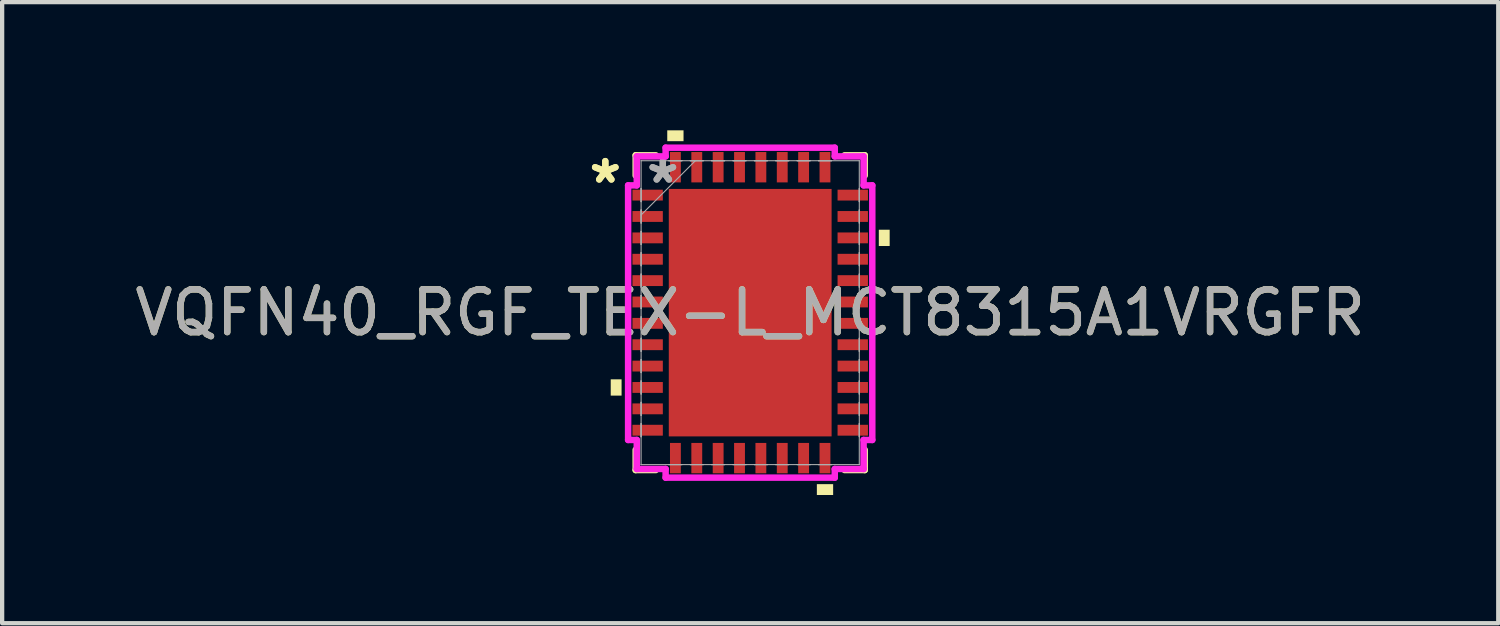
<source format=kicad_pcb>
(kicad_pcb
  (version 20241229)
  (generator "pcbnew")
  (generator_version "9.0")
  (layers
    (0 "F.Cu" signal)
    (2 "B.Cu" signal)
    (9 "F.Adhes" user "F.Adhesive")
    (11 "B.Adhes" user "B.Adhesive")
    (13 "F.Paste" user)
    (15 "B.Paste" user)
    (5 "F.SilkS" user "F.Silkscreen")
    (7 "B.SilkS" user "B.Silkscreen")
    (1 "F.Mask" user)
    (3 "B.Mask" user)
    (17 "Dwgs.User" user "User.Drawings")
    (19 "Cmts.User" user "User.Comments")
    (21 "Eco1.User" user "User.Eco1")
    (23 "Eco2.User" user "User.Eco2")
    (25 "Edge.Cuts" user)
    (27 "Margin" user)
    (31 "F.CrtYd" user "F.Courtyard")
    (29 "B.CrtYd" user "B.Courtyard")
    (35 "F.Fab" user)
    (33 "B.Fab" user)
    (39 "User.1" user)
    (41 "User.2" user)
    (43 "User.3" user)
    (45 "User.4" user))
  (footprint "VQFN40_RGF_TEX-L_MCT8315A1VRGFR"
    (layer "F.Cu")
    (at 14.506 4.267)
    (property "Reference" "VQFN40_RGF_TEX-L_MCT8315A1VRGFR" (at 0 0 0) (unlocked yes) (layer "F.SilkS") (effects (font (size 1 1) (thickness 0.15))))
    (attr smd)
    (fp_line (start -2.68 -3.683) (end -2.68 -3.21) (stroke (width 0.152) (type solid)) (layer "F.SilkS"))
    (fp_line (start -2.68 3.21) (end -2.68 3.683) (stroke (width 0.152) (type solid)) (layer "F.SilkS"))
    (fp_line (start -2.68 3.683) (end -2.21 3.683) (stroke (width 0.152) (type solid)) (layer "F.SilkS"))
    (fp_line (start -2.21 -3.683) (end -2.68 -3.683) (stroke (width 0.152) (type solid)) (layer "F.SilkS"))
    (fp_line (start 2.21 3.683) (end 2.68 3.683) (stroke (width 0.152) (type solid)) (layer "F.SilkS"))
    (fp_line (start 2.68 -3.683) (end 2.21 -3.683) (stroke (width 0.152) (type solid)) (layer "F.SilkS"))
    (fp_line (start 2.68 -3.21) (end 2.68 -3.683) (stroke (width 0.152) (type solid)) (layer "F.SilkS"))
    (fp_line (start 2.68 3.683) (end 2.68 3.21) (stroke (width 0.152) (type solid)) (layer "F.SilkS"))
    (fp_poly (pts (xy -3.264 1.56) (xy -3.264 1.941) (xy -3.01 1.941) (xy -3.01 1.56)) (stroke (width 0) (type solid)) (fill yes) (layer "F.SilkS"))
    (fp_poly (pts (xy -1.941 -4.013) (xy -1.941 -4.267) (xy -1.56 -4.267) (xy -1.56 -4.013)) (stroke (width 0) (type solid)) (fill yes) (layer "F.SilkS"))
    (fp_poly (pts (xy 1.56 4.013) (xy 1.56 4.267) (xy 1.941 4.267) (xy 1.941 4.013)) (stroke (width 0) (type solid)) (fill yes) (layer "F.SilkS"))
    (fp_poly (pts (xy 3.264 -1.941) (xy 3.264 -1.56) (xy 3.01 -1.56) (xy 3.01 -1.941)) (stroke (width 0) (type solid)) (fill yes) (layer "F.SilkS"))
    (fp_poly (pts (xy -1.805 -2.796) (xy -1.805 -1.548) (xy -0.735 -1.548) (xy -0.735 -2.796)) (stroke (width 0) (type solid)) (fill yes) (layer "F.Paste"))
    (fp_poly (pts (xy -1.805 -1.348) (xy -1.805 -0.1) (xy -0.735 -0.1) (xy -0.735 -1.348)) (stroke (width 0) (type solid)) (fill yes) (layer "F.Paste"))
    (fp_poly (pts (xy -1.805 0.1) (xy -1.805 1.348) (xy -0.735 1.348) (xy -0.735 0.1)) (stroke (width 0) (type solid)) (fill yes) (layer "F.Paste"))
    (fp_poly (pts (xy -1.805 1.548) (xy -1.805 2.796) (xy -0.735 2.796) (xy -0.735 1.548)) (stroke (width 0) (type solid)) (fill yes) (layer "F.Paste"))
    (fp_poly (pts (xy -0.535 -2.796) (xy -0.535 -1.548) (xy 0.535 -1.548) (xy 0.535 -2.796)) (stroke (width 0) (type solid)) (fill yes) (layer "F.Paste"))
    (fp_poly (pts (xy -0.535 -1.348) (xy -0.535 -0.1) (xy 0.535 -0.1) (xy 0.535 -1.348)) (stroke (width 0) (type solid)) (fill yes) (layer "F.Paste"))
    (fp_poly (pts (xy -0.535 0.1) (xy -0.535 1.348) (xy 0.535 1.348) (xy 0.535 0.1)) (stroke (width 0) (type solid)) (fill yes) (layer "F.Paste"))
    (fp_poly (pts (xy -0.535 1.548) (xy -0.535 2.796) (xy 0.535 2.796) (xy 0.535 1.548)) (stroke (width 0) (type solid)) (fill yes) (layer "F.Paste"))
    (fp_poly (pts (xy 0.735 -2.796) (xy 0.735 -1.548) (xy 1.805 -1.548) (xy 1.805 -2.796)) (stroke (width 0) (type solid)) (fill yes) (layer "F.Paste"))
    (fp_poly (pts (xy 0.735 -1.348) (xy 0.735 -0.1) (xy 1.805 -0.1) (xy 1.805 -1.348)) (stroke (width 0) (type solid)) (fill yes) (layer "F.Paste"))
    (fp_poly (pts (xy 0.735 0.1) (xy 0.735 1.348) (xy 1.805 1.348) (xy 1.805 0.1)) (stroke (width 0) (type solid)) (fill yes) (layer "F.Paste"))
    (fp_poly (pts (xy 0.735 1.548) (xy 0.735 2.796) (xy 1.805 2.796) (xy 1.805 1.548)) (stroke (width 0) (type solid)) (fill yes) (layer "F.Paste"))
    (fp_line (start -2.857 -2.979) (end -2.654 -2.979) (stroke (width 0.152) (type solid)) (layer "F.CrtYd"))
    (fp_line (start -2.857 2.979) (end -2.857 -2.979) (stroke (width 0.152) (type solid)) (layer "F.CrtYd"))
    (fp_line (start -2.654 -3.658) (end -1.979 -3.658) (stroke (width 0.152) (type solid)) (layer "F.CrtYd"))
    (fp_line (start -2.654 -2.979) (end -2.654 -3.658) (stroke (width 0.152) (type solid)) (layer "F.CrtYd"))
    (fp_line (start -2.654 2.979) (end -2.857 2.979) (stroke (width 0.152) (type solid)) (layer "F.CrtYd"))
    (fp_line (start -2.654 3.658) (end -2.654 2.979) (stroke (width 0.152) (type solid)) (layer "F.CrtYd"))
    (fp_line (start -1.979 -3.861) (end 1.979 -3.861) (stroke (width 0.152) (type solid)) (layer "F.CrtYd"))
    (fp_line (start -1.979 -3.658) (end -1.979 -3.861) (stroke (width 0.152) (type solid)) (layer "F.CrtYd"))
    (fp_line (start -1.979 3.658) (end -2.654 3.658) (stroke (width 0.152) (type solid)) (layer "F.CrtYd"))
    (fp_line (start -1.979 3.861) (end -1.979 3.658) (stroke (width 0.152) (type solid)) (layer "F.CrtYd"))
    (fp_line (start 1.979 -3.861) (end 1.979 -3.658) (stroke (width 0.152) (type solid)) (layer "F.CrtYd"))
    (fp_line (start 1.979 -3.658) (end 2.654 -3.658) (stroke (width 0.152) (type solid)) (layer "F.CrtYd"))
    (fp_line (start 1.979 3.658) (end 1.979 3.861) (stroke (width 0.152) (type solid)) (layer "F.CrtYd"))
    (fp_line (start 1.979 3.861) (end -1.979 3.861) (stroke (width 0.152) (type solid)) (layer "F.CrtYd"))
    (fp_line (start 2.654 -3.658) (end 2.654 -2.979) (stroke (width 0.152) (type solid)) (layer "F.CrtYd"))
    (fp_line (start 2.654 -2.979) (end 2.857 -2.979) (stroke (width 0.152) (type solid)) (layer "F.CrtYd"))
    (fp_line (start 2.654 2.979) (end 2.654 3.658) (stroke (width 0.152) (type solid)) (layer "F.CrtYd"))
    (fp_line (start 2.654 3.658) (end 1.979 3.658) (stroke (width 0.152) (type solid)) (layer "F.CrtYd"))
    (fp_line (start 2.857 -2.979) (end 2.857 2.979) (stroke (width 0.152) (type solid)) (layer "F.CrtYd"))
    (fp_line (start 2.857 2.979) (end 2.654 2.979) (stroke (width 0.152) (type solid)) (layer "F.CrtYd"))
    (fp_line (start -2.553 -3.556) (end -2.553 -3.556) (stroke (width 0.025) (type solid)) (layer "F.Fab"))
    (fp_line (start -2.553 -3.556) (end -2.553 3.556) (stroke (width 0.025) (type solid)) (layer "F.Fab"))
    (fp_line (start -2.553 -2.903) (end -2.553 -2.903) (stroke (width 0.025) (type solid)) (layer "F.Fab"))
    (fp_line (start -2.553 -2.903) (end -2.553 -2.598) (stroke (width 0.025) (type solid)) (layer "F.Fab"))
    (fp_line (start -2.553 -2.598) (end -2.553 -2.903) (stroke (width 0.025) (type solid)) (layer "F.Fab"))
    (fp_line (start -2.553 -2.598) (end -2.553 -2.598) (stroke (width 0.025) (type solid)) (layer "F.Fab"))
    (fp_line (start -2.553 -2.403) (end -2.553 -2.403) (stroke (width 0.025) (type solid)) (layer "F.Fab"))
    (fp_line (start -2.553 -2.403) (end -2.553 -2.098) (stroke (width 0.025) (type solid)) (layer "F.Fab"))
    (fp_line (start -2.553 -2.286) (end -1.283 -3.556) (stroke (width 0.025) (type solid)) (layer "F.Fab"))
    (fp_line (start -2.553 -2.098) (end -2.553 -2.403) (stroke (width 0.025) (type solid)) (layer "F.Fab"))
    (fp_line (start -2.553 -2.098) (end -2.553 -2.098) (stroke (width 0.025) (type solid)) (layer "F.Fab"))
    (fp_line (start -2.553 -1.903) (end -2.553 -1.903) (stroke (width 0.025) (type solid)) (layer "F.Fab"))
    (fp_line (start -2.553 -1.903) (end -2.553 -1.598) (stroke (width 0.025) (type solid)) (layer "F.Fab"))
    (fp_line (start -2.553 -1.598) (end -2.553 -1.903) (stroke (width 0.025) (type solid)) (layer "F.Fab"))
    (fp_line (start -2.553 -1.598) (end -2.553 -1.598) (stroke (width 0.025) (type solid)) (layer "F.Fab"))
    (fp_line (start -2.553 -1.403) (end -2.553 -1.403) (stroke (width 0.025) (type solid)) (layer "F.Fab"))
    (fp_line (start -2.553 -1.403) (end -2.553 -1.098) (stroke (width 0.025) (type solid)) (layer "F.Fab"))
    (fp_line (start -2.553 -1.098) (end -2.553 -1.403) (stroke (width 0.025) (type solid)) (layer "F.Fab"))
    (fp_line (start -2.553 -1.098) (end -2.553 -1.098) (stroke (width 0.025) (type solid)) (layer "F.Fab"))
    (fp_line (start -2.553 -0.903) (end -2.553 -0.903) (stroke (width 0.025) (type solid)) (layer "F.Fab"))
    (fp_line (start -2.553 -0.903) (end -2.553 -0.598) (stroke (width 0.025) (type solid)) (layer "F.Fab"))
    (fp_line (start -2.553 -0.598) (end -2.553 -0.903) (stroke (width 0.025) (type solid)) (layer "F.Fab"))
    (fp_line (start -2.553 -0.598) (end -2.553 -0.598) (stroke (width 0.025) (type solid)) (layer "F.Fab"))
    (fp_line (start -2.553 -0.402) (end -2.553 -0.402) (stroke (width 0.025) (type solid)) (layer "F.Fab"))
    (fp_line (start -2.553 -0.402) (end -2.553 -0.098) (stroke (width 0.025) (type solid)) (layer "F.Fab"))
    (fp_line (start -2.553 -0.098) (end -2.553 -0.402) (stroke (width 0.025) (type solid)) (layer "F.Fab"))
    (fp_line (start -2.553 -0.098) (end -2.553 -0.098) (stroke (width 0.025) (type solid)) (layer "F.Fab"))
    (fp_line (start -2.553 0.098) (end -2.553 0.098) (stroke (width 0.025) (type solid)) (layer "F.Fab"))
    (fp_line (start -2.553 0.098) (end -2.553 0.402) (stroke (width 0.025) (type solid)) (layer "F.Fab"))
    (fp_line (start -2.553 0.402) (end -2.553 0.098) (stroke (width 0.025) (type solid)) (layer "F.Fab"))
    (fp_line (start -2.553 0.402) (end -2.553 0.402) (stroke (width 0.025) (type solid)) (layer "F.Fab"))
    (fp_line (start -2.553 0.598) (end -2.553 0.598) (stroke (width 0.025) (type solid)) (layer "F.Fab"))
    (fp_line (start -2.553 0.598) (end -2.553 0.903) (stroke (width 0.025) (type solid)) (layer "F.Fab"))
    (fp_line (start -2.553 0.903) (end -2.553 0.598) (stroke (width 0.025) (type solid)) (layer "F.Fab"))
    (fp_line (start -2.553 0.903) (end -2.553 0.903) (stroke (width 0.025) (type solid)) (layer "F.Fab"))
    (fp_line (start -2.553 1.098) (end -2.553 1.098) (stroke (width 0.025) (type solid)) (layer "F.Fab"))
    (fp_line (start -2.553 1.098) (end -2.553 1.403) (stroke (width 0.025) (type solid)) (layer "F.Fab"))
    (fp_line (start -2.553 1.403) (end -2.553 1.098) (stroke (width 0.025) (type solid)) (layer "F.Fab"))
    (fp_line (start -2.553 1.403) (end -2.553 1.403) (stroke (width 0.025) (type solid)) (layer "F.Fab"))
    (fp_line (start -2.553 1.598) (end -2.553 1.598) (stroke (width 0.025) (type solid)) (layer "F.Fab"))
    (fp_line (start -2.553 1.598) (end -2.553 1.903) (stroke (width 0.025) (type solid)) (layer "F.Fab"))
    (fp_line (start -2.553 1.903) (end -2.553 1.598) (stroke (width 0.025) (type solid)) (layer "F.Fab"))
    (fp_line (start -2.553 1.903) (end -2.553 1.903) (stroke (width 0.025) (type solid)) (layer "F.Fab"))
    (fp_line (start -2.553 2.098) (end -2.553 2.098) (stroke (width 0.025) (type solid)) (layer "F.Fab"))
    (fp_line (start -2.553 2.098) (end -2.553 2.403) (stroke (width 0.025) (type solid)) (layer "F.Fab"))
    (fp_line (start -2.553 2.403) (end -2.553 2.098) (stroke (width 0.025) (type solid)) (layer "F.Fab"))
    (fp_line (start -2.553 2.403) (end -2.553 2.403) (stroke (width 0.025) (type solid)) (layer "F.Fab"))
    (fp_line (start -2.553 2.598) (end -2.553 2.598) (stroke (width 0.025) (type solid)) (layer "F.Fab"))
    (fp_line (start -2.553 2.598) (end -2.553 2.903) (stroke (width 0.025) (type solid)) (layer "F.Fab"))
    (fp_line (start -2.553 2.903) (end -2.553 2.598) (stroke (width 0.025) (type solid)) (layer "F.Fab"))
    (fp_line (start -2.553 2.903) (end -2.553 2.903) (stroke (width 0.025) (type solid)) (layer "F.Fab"))
    (fp_line (start -2.553 3.556) (end -2.553 3.556) (stroke (width 0.025) (type solid)) (layer "F.Fab"))
    (fp_line (start -2.553 3.556) (end 2.553 3.556) (stroke (width 0.025) (type solid)) (layer "F.Fab"))
    (fp_line (start -1.903 -3.556) (end -1.903 -3.556) (stroke (width 0.025) (type solid)) (layer "F.Fab"))
    (fp_line (start -1.903 -3.556) (end -1.598 -3.556) (stroke (width 0.025) (type solid)) (layer "F.Fab"))
    (fp_line (start -1.903 3.556) (end -1.903 3.556) (stroke (width 0.025) (type solid)) (layer "F.Fab"))
    (fp_line (start -1.903 3.556) (end -1.598 3.556) (stroke (width 0.025) (type solid)) (layer "F.Fab"))
    (fp_line (start -1.598 -3.556) (end -1.903 -3.556) (stroke (width 0.025) (type solid)) (layer "F.Fab"))
    (fp_line (start -1.598 -3.556) (end -1.598 -3.556) (stroke (width 0.025) (type solid)) (layer "F.Fab"))
    (fp_line (start -1.598 3.556) (end -1.903 3.556) (stroke (width 0.025) (type solid)) (layer "F.Fab"))
    (fp_line (start -1.598 3.556) (end -1.598 3.556) (stroke (width 0.025) (type solid)) (layer "F.Fab"))
    (fp_line (start -1.403 -3.556) (end -1.403 -3.556) (stroke (width 0.025) (type solid)) (layer "F.Fab"))
    (fp_line (start -1.403 -3.556) (end -1.098 -3.556) (stroke (width 0.025) (type solid)) (layer "F.Fab"))
    (fp_line (start -1.403 3.556) (end -1.403 3.556) (stroke (width 0.025) (type solid)) (layer "F.Fab"))
    (fp_line (start -1.403 3.556) (end -1.098 3.556) (stroke (width 0.025) (type solid)) (layer "F.Fab"))
    (fp_line (start -1.098 -3.556) (end -1.403 -3.556) (stroke (width 0.025) (type solid)) (layer "F.Fab"))
    (fp_line (start -1.098 -3.556) (end -1.098 -3.556) (stroke (width 0.025) (type solid)) (layer "F.Fab"))
    (fp_line (start -1.098 3.556) (end -1.403 3.556) (stroke (width 0.025) (type solid)) (layer "F.Fab"))
    (fp_line (start -1.098 3.556) (end -1.098 3.556) (stroke (width 0.025) (type solid)) (layer "F.Fab"))
    (fp_line (start -0.903 -3.556) (end -0.903 -3.556) (stroke (width 0.025) (type solid)) (layer "F.Fab"))
    (fp_line (start -0.903 -3.556) (end -0.598 -3.556) (stroke (width 0.025) (type solid)) (layer "F.Fab"))
    (fp_line (start -0.903 3.556) (end -0.903 3.556) (stroke (width 0.025) (type solid)) (layer "F.Fab"))
    (fp_line (start -0.903 3.556) (end -0.598 3.556) (stroke (width 0.025) (type solid)) (layer "F.Fab"))
    (fp_line (start -0.598 -3.556) (end -0.903 -3.556) (stroke (width 0.025) (type solid)) (layer "F.Fab"))
    (fp_line (start -0.598 -3.556) (end -0.598 -3.556) (stroke (width 0.025) (type solid)) (layer "F.Fab"))
    (fp_line (start -0.598 3.556) (end -0.903 3.556) (stroke (width 0.025) (type solid)) (layer "F.Fab"))
    (fp_line (start -0.598 3.556) (end -0.598 3.556) (stroke (width 0.025) (type solid)) (layer "F.Fab"))
    (fp_line (start -0.402 -3.556) (end -0.402 -3.556) (stroke (width 0.025) (type solid)) (layer "F.Fab"))
    (fp_line (start -0.402 -3.556) (end -0.098 -3.556) (stroke (width 0.025) (type solid)) (layer "F.Fab"))
    (fp_line (start -0.402 3.556) (end -0.402 3.556) (stroke (width 0.025) (type solid)) (layer "F.Fab"))
    (fp_line (start -0.402 3.556) (end -0.098 3.556) (stroke (width 0.025) (type solid)) (layer "F.Fab"))
    (fp_line (start -0.098 -3.556) (end -0.402 -3.556) (stroke (width 0.025) (type solid)) (layer "F.Fab"))
    (fp_line (start -0.098 -3.556) (end -0.098 -3.556) (stroke (width 0.025) (type solid)) (layer "F.Fab"))
    (fp_line (start -0.098 3.556) (end -0.402 3.556) (stroke (width 0.025) (type solid)) (layer "F.Fab"))
    (fp_line (start -0.098 3.556) (end -0.098 3.556) (stroke (width 0.025) (type solid)) (layer "F.Fab"))
    (fp_line (start 0.098 -3.556) (end 0.098 -3.556) (stroke (width 0.025) (type solid)) (layer "F.Fab"))
    (fp_line (start 0.098 -3.556) (end 0.402 -3.556) (stroke (width 0.025) (type solid)) (layer "F.Fab"))
    (fp_line (start 0.098 3.556) (end 0.098 3.556) (stroke (width 0.025) (type solid)) (layer "F.Fab"))
    (fp_line (start 0.098 3.556) (end 0.402 3.556) (stroke (width 0.025) (type solid)) (layer "F.Fab"))
    (fp_line (start 0.402 -3.556) (end 0.098 -3.556) (stroke (width 0.025) (type solid)) (layer "F.Fab"))
    (fp_line (start 0.402 -3.556) (end 0.402 -3.556) (stroke (width 0.025) (type solid)) (layer "F.Fab"))
    (fp_line (start 0.402 3.556) (end 0.098 3.556) (stroke (width 0.025) (type solid)) (layer "F.Fab"))
    (fp_line (start 0.402 3.556) (end 0.402 3.556) (stroke (width 0.025) (type solid)) (layer "F.Fab"))
    (fp_line (start 0.598 -3.556) (end 0.598 -3.556) (stroke (width 0.025) (type solid)) (layer "F.Fab"))
    (fp_line (start 0.598 -3.556) (end 0.903 -3.556) (stroke (width 0.025) (type solid)) (layer "F.Fab"))
    (fp_line (start 0.598 3.556) (end 0.598 3.556) (stroke (width 0.025) (type solid)) (layer "F.Fab"))
    (fp_line (start 0.598 3.556) (end 0.903 3.556) (stroke (width 0.025) (type solid)) (layer "F.Fab"))
    (fp_line (start 0.903 -3.556) (end 0.598 -3.556) (stroke (width 0.025) (type solid)) (layer "F.Fab"))
    (fp_line (start 0.903 -3.556) (end 0.903 -3.556) (stroke (width 0.025) (type solid)) (layer "F.Fab"))
    (fp_line (start 0.903 3.556) (end 0.598 3.556) (stroke (width 0.025) (type solid)) (layer "F.Fab"))
    (fp_line (start 0.903 3.556) (end 0.903 3.556) (stroke (width 0.025) (type solid)) (layer "F.Fab"))
    (fp_line (start 1.098 -3.556) (end 1.098 -3.556) (stroke (width 0.025) (type solid)) (layer "F.Fab"))
    (fp_line (start 1.098 -3.556) (end 1.403 -3.556) (stroke (width 0.025) (type solid)) (layer "F.Fab"))
    (fp_line (start 1.098 3.556) (end 1.098 3.556) (stroke (width 0.025) (type solid)) (layer "F.Fab"))
    (fp_line (start 1.098 3.556) (end 1.403 3.556) (stroke (width 0.025) (type solid)) (layer "F.Fab"))
    (fp_line (start 1.403 -3.556) (end 1.098 -3.556) (stroke (width 0.025) (type solid)) (layer "F.Fab"))
    (fp_line (start 1.403 -3.556) (end 1.403 -3.556) (stroke (width 0.025) (type solid)) (layer "F.Fab"))
    (fp_line (start 1.403 3.556) (end 1.098 3.556) (stroke (width 0.025) (type solid)) (layer "F.Fab"))
    (fp_line (start 1.403 3.556) (end 1.403 3.556) (stroke (width 0.025) (type solid)) (layer "F.Fab"))
    (fp_line (start 1.598 -3.556) (end 1.598 -3.556) (stroke (width 0.025) (type solid)) (layer "F.Fab"))
    (fp_line (start 1.598 -3.556) (end 1.903 -3.556) (stroke (width 0.025) (type solid)) (layer "F.Fab"))
    (fp_line (start 1.598 3.556) (end 1.598 3.556) (stroke (width 0.025) (type solid)) (layer "F.Fab"))
    (fp_line (start 1.598 3.556) (end 1.903 3.556) (stroke (width 0.025) (type solid)) (layer "F.Fab"))
    (fp_line (start 1.903 -3.556) (end 1.598 -3.556) (stroke (width 0.025) (type solid)) (layer "F.Fab"))
    (fp_line (start 1.903 -3.556) (end 1.903 -3.556) (stroke (width 0.025) (type solid)) (layer "F.Fab"))
    (fp_line (start 1.903 3.556) (end 1.598 3.556) (stroke (width 0.025) (type solid)) (layer "F.Fab"))
    (fp_line (start 1.903 3.556) (end 1.903 3.556) (stroke (width 0.025) (type solid)) (layer "F.Fab"))
    (fp_line (start 2.553 -3.556) (end -2.553 -3.556) (stroke (width 0.025) (type solid)) (layer "F.Fab"))
    (fp_line (start 2.553 -3.556) (end 2.553 -3.556) (stroke (width 0.025) (type solid)) (layer "F.Fab"))
    (fp_line (start 2.553 -2.903) (end 2.553 -2.903) (stroke (width 0.025) (type solid)) (layer "F.Fab"))
    (fp_line (start 2.553 -2.903) (end 2.553 -2.598) (stroke (width 0.025) (type solid)) (layer "F.Fab"))
    (fp_line (start 2.553 -2.598) (end 2.553 -2.903) (stroke (width 0.025) (type solid)) (layer "F.Fab"))
    (fp_line (start 2.553 -2.598) (end 2.553 -2.598) (stroke (width 0.025) (type solid)) (layer "F.Fab"))
    (fp_line (start 2.553 -2.403) (end 2.553 -2.403) (stroke (width 0.025) (type solid)) (layer "F.Fab"))
    (fp_line (start 2.553 -2.403) (end 2.553 -2.098) (stroke (width 0.025) (type solid)) (layer "F.Fab"))
    (fp_line (start 2.553 -2.098) (end 2.553 -2.403) (stroke (width 0.025) (type solid)) (layer "F.Fab"))
    (fp_line (start 2.553 -2.098) (end 2.553 -2.098) (stroke (width 0.025) (type solid)) (layer "F.Fab"))
    (fp_line (start 2.553 -1.903) (end 2.553 -1.903) (stroke (width 0.025) (type solid)) (layer "F.Fab"))
    (fp_line (start 2.553 -1.903) (end 2.553 -1.598) (stroke (width 0.025) (type solid)) (layer "F.Fab"))
    (fp_line (start 2.553 -1.598) (end 2.553 -1.903) (stroke (width 0.025) (type solid)) (layer "F.Fab"))
    (fp_line (start 2.553 -1.598) (end 2.553 -1.598) (stroke (width 0.025) (type solid)) (layer "F.Fab"))
    (fp_line (start 2.553 -1.403) (end 2.553 -1.403) (stroke (width 0.025) (type solid)) (layer "F.Fab"))
    (fp_line (start 2.553 -1.403) (end 2.553 -1.098) (stroke (width 0.025) (type solid)) (layer "F.Fab"))
    (fp_line (start 2.553 -1.098) (end 2.553 -1.403) (stroke (width 0.025) (type solid)) (layer "F.Fab"))
    (fp_line (start 2.553 -1.098) (end 2.553 -1.098) (stroke (width 0.025) (type solid)) (layer "F.Fab"))
    (fp_line (start 2.553 -0.903) (end 2.553 -0.903) (stroke (width 0.025) (type solid)) (layer "F.Fab"))
    (fp_line (start 2.553 -0.903) (end 2.553 -0.598) (stroke (width 0.025) (type solid)) (layer "F.Fab"))
    (fp_line (start 2.553 -0.598) (end 2.553 -0.903) (stroke (width 0.025) (type solid)) (layer "F.Fab"))
    (fp_line (start 2.553 -0.598) (end 2.553 -0.598) (stroke (width 0.025) (type solid)) (layer "F.Fab"))
    (fp_line (start 2.553 -0.402) (end 2.553 -0.402) (stroke (width 0.025) (type solid)) (layer "F.Fab"))
    (fp_line (start 2.553 -0.402) (end 2.553 -0.098) (stroke (width 0.025) (type solid)) (layer "F.Fab"))
    (fp_line (start 2.553 -0.098) (end 2.553 -0.402) (stroke (width 0.025) (type solid)) (layer "F.Fab"))
    (fp_line (start 2.553 -0.098) (end 2.553 -0.098) (stroke (width 0.025) (type solid)) (layer "F.Fab"))
    (fp_line (start 2.553 0.098) (end 2.553 0.098) (stroke (width 0.025) (type solid)) (layer "F.Fab"))
    (fp_line (start 2.553 0.098) (end 2.553 0.402) (stroke (width 0.025) (type solid)) (layer "F.Fab"))
    (fp_line (start 2.553 0.402) (end 2.553 0.098) (stroke (width 0.025) (type solid)) (layer "F.Fab"))
    (fp_line (start 2.553 0.402) (end 2.553 0.402) (stroke (width 0.025) (type solid)) (layer "F.Fab"))
    (fp_line (start 2.553 0.598) (end 2.553 0.598) (stroke (width 0.025) (type solid)) (layer "F.Fab"))
    (fp_line (start 2.553 0.598) (end 2.553 0.903) (stroke (width 0.025) (type solid)) (layer "F.Fab"))
    (fp_line (start 2.553 0.903) (end 2.553 0.598) (stroke (width 0.025) (type solid)) (layer "F.Fab"))
    (fp_line (start 2.553 0.903) (end 2.553 0.903) (stroke (width 0.025) (type solid)) (layer "F.Fab"))
    (fp_line (start 2.553 1.098) (end 2.553 1.098) (stroke (width 0.025) (type solid)) (layer "F.Fab"))
    (fp_line (start 2.553 1.098) (end 2.553 1.403) (stroke (width 0.025) (type solid)) (layer "F.Fab"))
    (fp_line (start 2.553 1.403) (end 2.553 1.098) (stroke (width 0.025) (type solid)) (layer "F.Fab"))
    (fp_line (start 2.553 1.403) (end 2.553 1.403) (stroke (width 0.025) (type solid)) (layer "F.Fab"))
    (fp_line (start 2.553 1.598) (end 2.553 1.598) (stroke (width 0.025) (type solid)) (layer "F.Fab"))
    (fp_line (start 2.553 1.598) (end 2.553 1.903) (stroke (width 0.025) (type solid)) (layer "F.Fab"))
    (fp_line (start 2.553 1.903) (end 2.553 1.598) (stroke (width 0.025) (type solid)) (layer "F.Fab"))
    (fp_line (start 2.553 1.903) (end 2.553 1.903) (stroke (width 0.025) (type solid)) (layer "F.Fab"))
    (fp_line (start 2.553 2.098) (end 2.553 2.098) (stroke (width 0.025) (type solid)) (layer "F.Fab"))
    (fp_line (start 2.553 2.098) (end 2.553 2.403) (stroke (width 0.025) (type solid)) (layer "F.Fab"))
    (fp_line (start 2.553 2.403) (end 2.553 2.098) (stroke (width 0.025) (type solid)) (layer "F.Fab"))
    (fp_line (start 2.553 2.403) (end 2.553 2.403) (stroke (width 0.025) (type solid)) (layer "F.Fab"))
    (fp_line (start 2.553 2.598) (end 2.553 2.598) (stroke (width 0.025) (type solid)) (layer "F.Fab"))
    (fp_line (start 2.553 2.598) (end 2.553 2.903) (stroke (width 0.025) (type solid)) (layer "F.Fab"))
    (fp_line (start 2.553 2.903) (end 2.553 2.598) (stroke (width 0.025) (type solid)) (layer "F.Fab"))
    (fp_line (start 2.553 2.903) (end 2.553 2.903) (stroke (width 0.025) (type solid)) (layer "F.Fab"))
    (fp_line (start 2.553 3.556) (end 2.553 -3.556) (stroke (width 0.025) (type solid)) (layer "F.Fab"))
    (fp_line (start 2.553 3.556) (end 2.553 3.556) (stroke (width 0.025) (type solid)) (layer "F.Fab"))
    (fp_text user "*" (at -3.391 -3.001 0) (unlocked yes) (layer "F.SilkS") (effects (font (size 1 1) (thickness 0.15))))
    (fp_text user "*" (at -3.391 -3.001 0) (layer "F.SilkS") (effects (font (size 1 1) (thickness 0.15))))
    (fp_text user "*" (at -2.045 -3.001 0) (layer "F.Fab") (effects (font (size 1 1) (thickness 0.15))))
    (fp_text user "${REFERENCE}" (at 0 0 0) (unlocked yes) (layer "F.Fab") (effects (font (size 1 1) (thickness 0.15))))
    (fp_text user "*" (at -2.045 -3.001 0) (unlocked yes) (layer "F.Fab") (effects (font (size 1 1) (thickness 0.15))))
    (pad "1" smd rect (at -2.4 -2.751 90) (size 0.254 0.711) (layers "F.Cu" "F.Mask" "F.Paste"))
    (pad "2" smd rect (at -2.4 -2.251 90) (size 0.254 0.711) (layers "F.Cu" "F.Mask" "F.Paste"))
    (pad "3" smd rect (at -2.4 -1.75 90) (size 0.254 0.711) (layers "F.Cu" "F.Mask" "F.Paste"))
    (pad "4" smd rect (at -2.4 -1.25 90) (size 0.254 0.711) (layers "F.Cu" "F.Mask" "F.Paste"))
    (pad "5" smd rect (at -2.4 -0.75 90) (size 0.254 0.711) (layers "F.Cu" "F.Mask" "F.Paste"))
    (pad "6" smd rect (at -2.4 -0.25 90) (size 0.254 0.711) (layers "F.Cu" "F.Mask" "F.Paste"))
    (pad "7" smd rect (at -2.4 0.25 90) (size 0.254 0.711) (layers "F.Cu" "F.Mask" "F.Paste"))
    (pad "8" smd rect (at -2.4 0.75 90) (size 0.254 0.711) (layers "F.Cu" "F.Mask" "F.Paste"))
    (pad "9" smd rect (at -2.4 1.25 90) (size 0.254 0.711) (layers "F.Cu" "F.Mask" "F.Paste"))
    (pad "10" smd rect (at -2.4 1.75 90) (size 0.254 0.711) (layers "F.Cu" "F.Mask" "F.Paste"))
    (pad "11" smd rect (at -2.4 2.251 90) (size 0.254 0.711) (layers "F.Cu" "F.Mask" "F.Paste"))
    (pad "12" smd rect (at -2.4 2.751 90) (size 0.254 0.711) (layers "F.Cu" "F.Mask" "F.Paste"))
    (pad "13" smd rect (at -1.75 3.404) (size 0.254 0.711) (layers "F.Cu" "F.Mask" "F.Paste"))
    (pad "14" smd rect (at -1.25 3.404) (size 0.254 0.711) (layers "F.Cu" "F.Mask" "F.Paste"))
    (pad "15" smd rect (at -0.75 3.404) (size 0.254 0.711) (layers "F.Cu" "F.Mask" "F.Paste"))
    (pad "16" smd rect (at -0.25 3.404) (size 0.254 0.711) (layers "F.Cu" "F.Mask" "F.Paste"))
    (pad "17" smd rect (at 0.25 3.404) (size 0.254 0.711) (layers "F.Cu" "F.Mask" "F.Paste"))
    (pad "18" smd rect (at 0.75 3.404) (size 0.254 0.711) (layers "F.Cu" "F.Mask" "F.Paste"))
    (pad "19" smd rect (at 1.25 3.404) (size 0.254 0.711) (layers "F.Cu" "F.Mask" "F.Paste"))
    (pad "20" smd rect (at 1.75 3.404) (size 0.254 0.711) (layers "F.Cu" "F.Mask" "F.Paste"))
    (pad "21" smd rect (at 2.4 2.751 90) (size 0.254 0.711) (layers "F.Cu" "F.Mask" "F.Paste"))
    (pad "22" smd rect (at 2.4 2.251 90) (size 0.254 0.711) (layers "F.Cu" "F.Mask" "F.Paste"))
    (pad "23" smd rect (at 2.4 1.75 90) (size 0.254 0.711) (layers "F.Cu" "F.Mask" "F.Paste"))
    (pad "24" smd rect (at 2.4 1.25 90) (size 0.254 0.711) (layers "F.Cu" "F.Mask" "F.Paste"))
    (pad "25" smd rect (at 2.4 0.75 90) (size 0.254 0.711) (layers "F.Cu" "F.Mask" "F.Paste"))
    (pad "26" smd rect (at 2.4 0.25 90) (size 0.254 0.711) (layers "F.Cu" "F.Mask" "F.Paste"))
    (pad "27" smd rect (at 2.4 -0.25 90) (size 0.254 0.711) (layers "F.Cu" "F.Mask" "F.Paste"))
    (pad "28" smd rect (at 2.4 -0.75 90) (size 0.254 0.711) (layers "F.Cu" "F.Mask" "F.Paste"))
    (pad "29" smd rect (at 2.4 -1.25 90) (size 0.254 0.711) (layers "F.Cu" "F.Mask" "F.Paste"))
    (pad "30" smd rect (at 2.4 -1.75 90) (size 0.254 0.711) (layers "F.Cu" "F.Mask" "F.Paste"))
    (pad "31" smd rect (at 2.4 -2.251 90) (size 0.254 0.711) (layers "F.Cu" "F.Mask" "F.Paste"))
    (pad "32" smd rect (at 2.4 -2.751 90) (size 0.254 0.711) (layers "F.Cu" "F.Mask" "F.Paste"))
    (pad "33" smd rect (at 1.75 -3.404) (size 0.254 0.711) (layers "F.Cu" "F.Mask" "F.Paste"))
    (pad "34" smd rect (at 1.25 -3.404) (size 0.254 0.711) (layers "F.Cu" "F.Mask" "F.Paste"))
    (pad "35" smd rect (at 0.75 -3.404) (size 0.254 0.711) (layers "F.Cu" "F.Mask" "F.Paste"))
    (pad "36" smd rect (at 0.25 -3.404) (size 0.254 0.711) (layers "F.Cu" "F.Mask" "F.Paste"))
    (pad "37" smd rect (at -0.25 -3.404) (size 0.254 0.711) (layers "F.Cu" "F.Mask" "F.Paste"))
    (pad "38" smd rect (at -0.75 -3.404) (size 0.254 0.711) (layers "F.Cu" "F.Mask" "F.Paste"))
    (pad "39" smd rect (at -1.25 -3.404) (size 0.254 0.711) (layers "F.Cu" "F.Mask" "F.Paste"))
    (pad "40" smd rect (at -1.75 -3.404) (size 0.254 0.711) (layers "F.Cu" "F.Mask" "F.Paste"))
    (pad "41" smd rect (at 0 0) (size 3.81 5.791) (layers "F.Cu" "F.Mask" "F.Paste")))
  (gr_rect
    (start -3 -3)
    (end 32.012 11.534)
    (stroke (width 0.1) (type default))
    (fill no)
    (layer "Edge.Cuts")))
</source>
